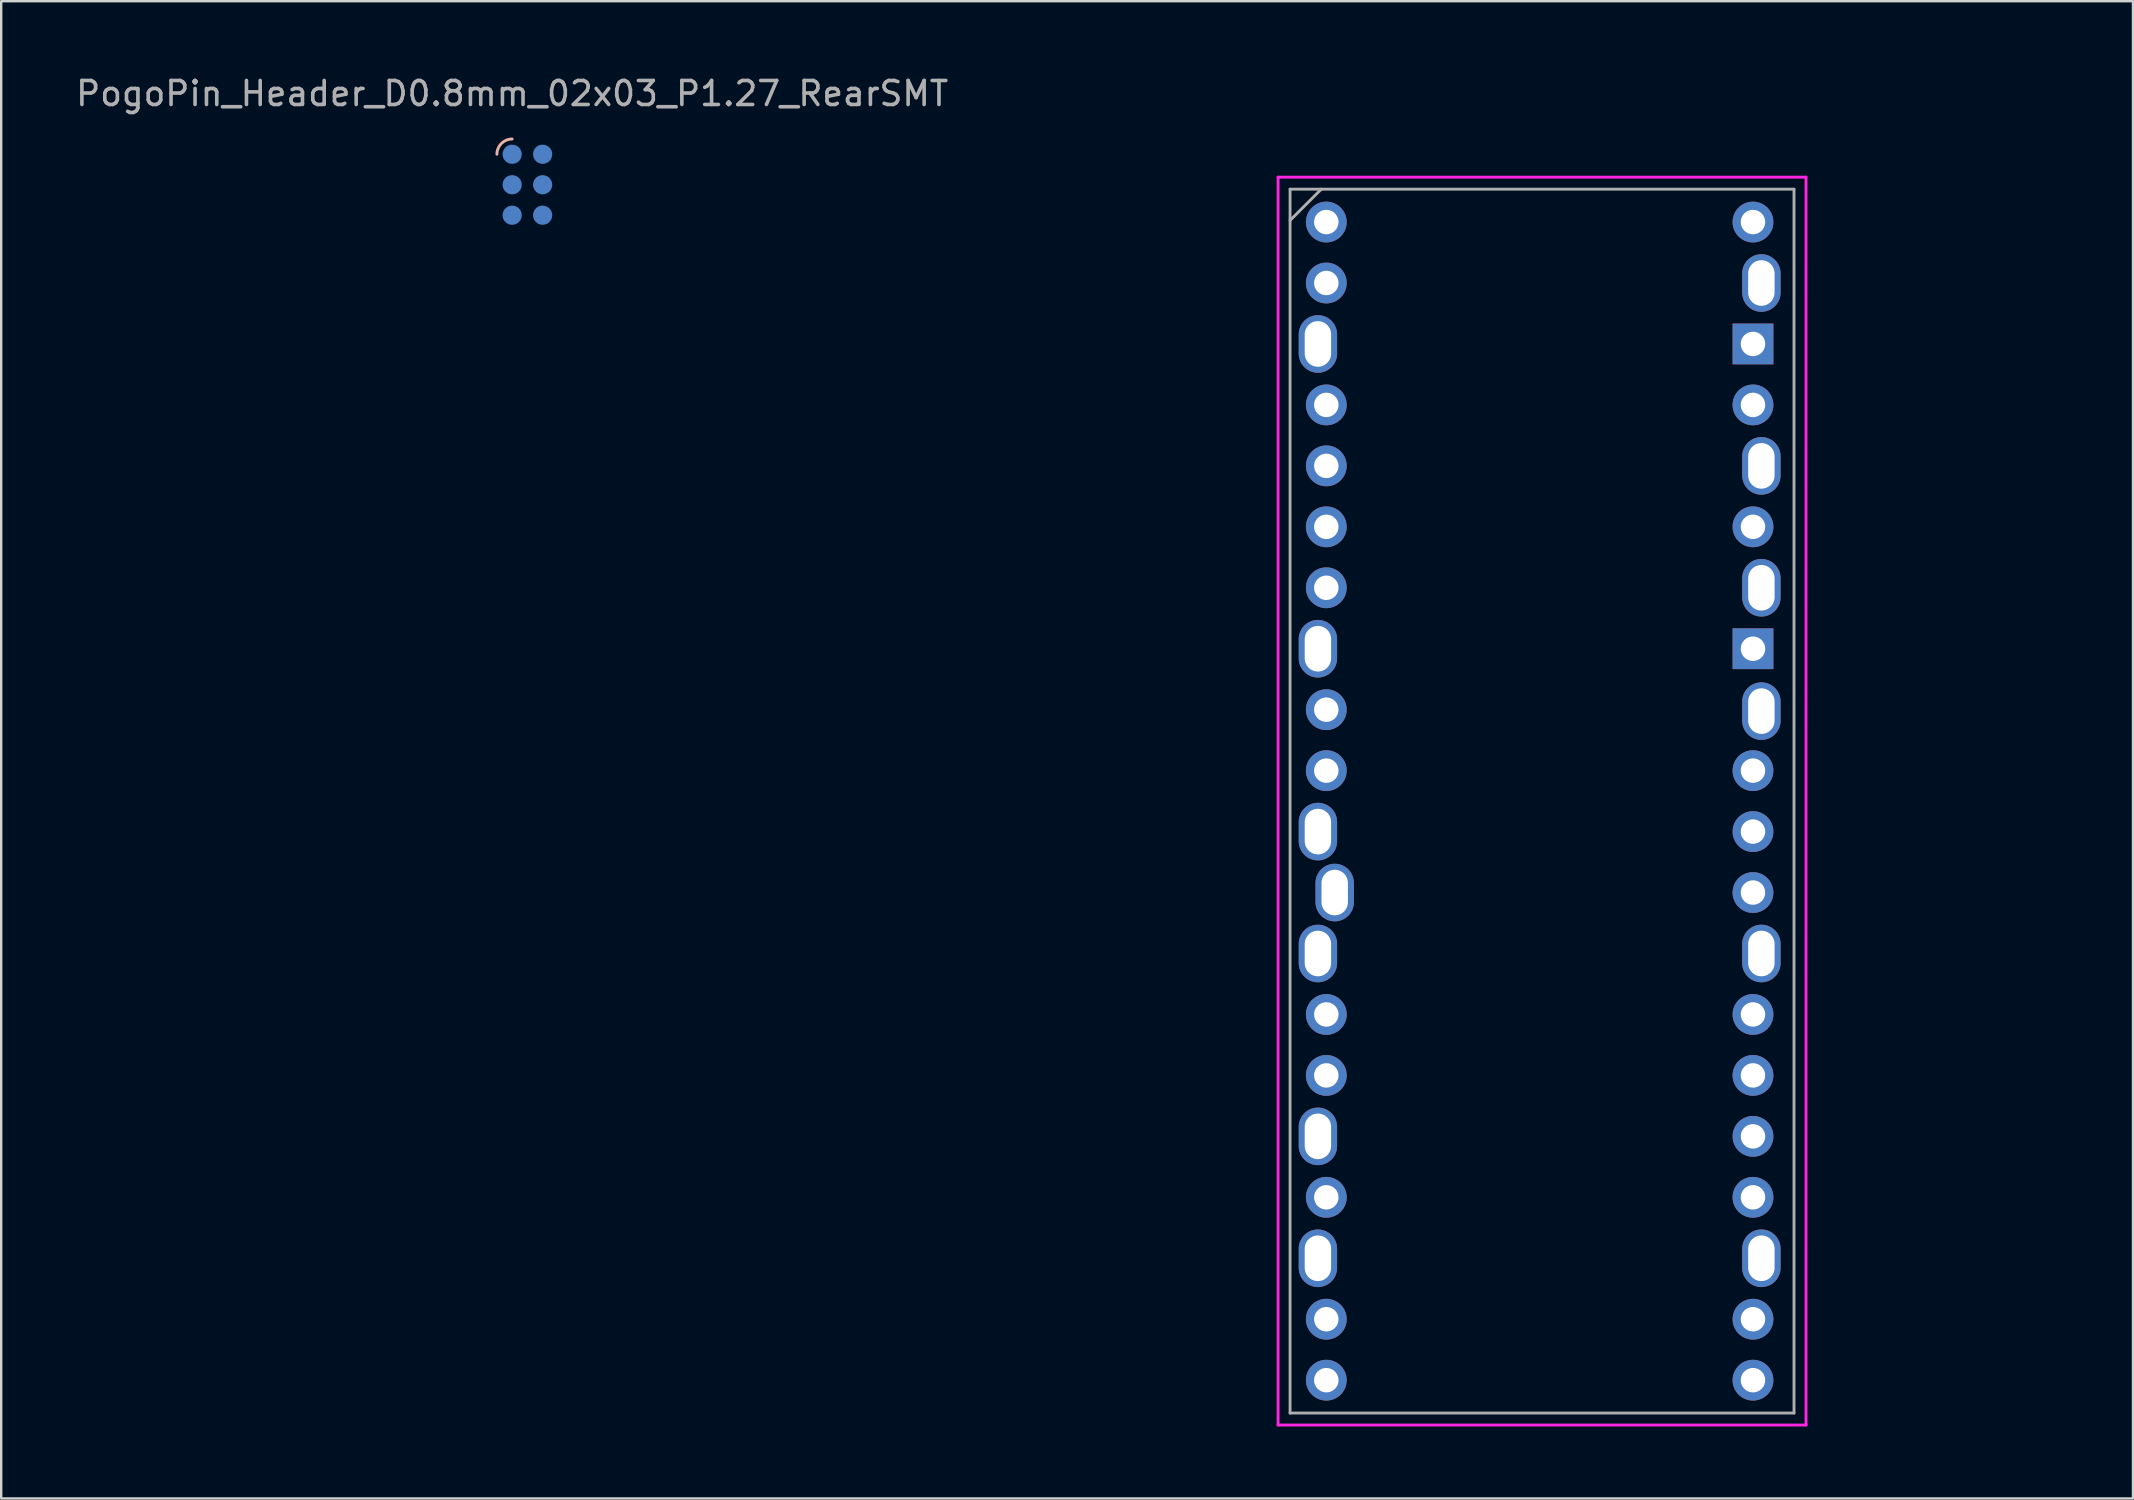
<source format=kicad_pcb>
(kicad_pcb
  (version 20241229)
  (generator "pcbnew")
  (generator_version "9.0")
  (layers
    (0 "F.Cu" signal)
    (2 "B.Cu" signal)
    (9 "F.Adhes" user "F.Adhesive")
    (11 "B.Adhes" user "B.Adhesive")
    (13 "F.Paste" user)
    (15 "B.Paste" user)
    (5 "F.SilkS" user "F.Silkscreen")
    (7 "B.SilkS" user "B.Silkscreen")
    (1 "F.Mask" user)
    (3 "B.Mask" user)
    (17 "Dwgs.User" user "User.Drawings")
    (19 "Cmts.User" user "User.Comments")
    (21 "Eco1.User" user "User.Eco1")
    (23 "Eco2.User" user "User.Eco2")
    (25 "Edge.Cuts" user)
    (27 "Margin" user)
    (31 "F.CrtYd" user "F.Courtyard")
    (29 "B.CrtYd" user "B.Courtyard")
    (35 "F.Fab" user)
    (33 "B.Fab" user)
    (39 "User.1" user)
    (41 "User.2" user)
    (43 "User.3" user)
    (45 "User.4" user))
  (footprint "PogoPin_Header_D0.8mm_02x03_P1.27_RearSMT"
    (layer "F.Cu")
    (at 18.292 4.648)
    (property "Reference" "PogoPin_Header_D0.8mm_02x03_P1.27_RearSMT" (at 0 -3.8 0) (unlocked yes) (layer "F.Fab") (effects (font (size 1 1) (thickness 0.15))))
    (attr smd)
    (fp_arc (start -0.635 -1.27) (mid -0.449013 -1.719013) (end 0 -1.905) (stroke (width 0.12) (type default)) (layer "B.SilkS"))
    (pad "1" smd circle (at 0 -1.27) (size 0.8 0.8) (layers "B.Cu" "B.Mask"))
    (pad "2" smd circle (at 1.27 -1.27) (size 0.8 0.8) (layers "B.Cu" "B.Mask"))
    (pad "3" smd circle (at 0 0) (size 0.8 0.8) (layers "B.Cu" "B.Mask"))
    (pad "4" smd circle (at 1.27 0) (size 0.8 0.8) (layers "B.Cu" "B.Mask"))
    (pad "5" smd circle (at 0 1.27) (size 0.8 0.8) (layers "B.Cu" "B.Mask"))
    (pad "6" smd circle (at 1.27 1.27) (size 0.8 0.8) (layers "B.Cu" "B.Mask")))
  (footprint "Raspberry-Pi-Pico_No_Solder_Makerverse_Plant_io_SHIM"
    (layer "F.Cu")
    (at 61.208 30.333)
    (property "Reference" "Raspberry-Pi-Pico_No_Solder_Makerverse_Plant_io_SHIM" (at 0 0 0) (unlocked yes) (layer "Eco1.User") (effects (font (size 1 1) (thickness 0.15))))
    (attr through_hole)
    (fp_rect (start 3.5 -25.5) (end -3.5 -22.5) (stroke (width 0.12) (type solid)) (fill no) (layer "Eco1.User"))
    (fp_line (start -11 -26) (end 11 -26) (stroke (width 0.12) (type solid)) (layer "F.CrtYd"))
    (fp_line (start -11 26) (end -11 -26) (stroke (width 0.12) (type solid)) (layer "F.CrtYd"))
    (fp_line (start 11 -26) (end 11 26) (stroke (width 0.12) (type solid)) (layer "F.CrtYd"))
    (fp_line (start 11 26) (end -11 26) (stroke (width 0.12) (type solid)) (layer "F.CrtYd"))
    (fp_line (start -10.5 -25.5) (end 10.5 -25.5) (stroke (width 0.12) (type solid)) (layer "F.Fab"))
    (fp_line (start -10.5 -24.2) (end -9.2 -25.5) (stroke (width 0.12) (type solid)) (layer "F.Fab"))
    (fp_line (start -10.5 25.5) (end -10.5 -25.5) (stroke (width 0.12) (type solid)) (layer "F.Fab"))
    (fp_line (start 10.5 -25.5) (end 10.5 25.5) (stroke (width 0.12) (type solid)) (layer "F.Fab"))
    (fp_line (start 10.5 25.5) (end -10.5 25.5) (stroke (width 0.12) (type solid)) (layer "F.Fab"))
    (fp_text user "Deflection=0.35mm,Oval" (at -0.005 -29.485 0) (unlocked yes) (layer "Eco1.User") (effects (font (size 1 1) (thickness 0.15))))
    (fp_text user "GND" (at 5.89 -18.98 45) (layer "Eco1.User") (effects (font (size 0.8 0.8) (thickness 0.15))))
    (fp_text user "GP20" (at 6.144 11.5 45) (layer "Eco1.User") (effects (font (size 0.8 0.8) (thickness 0.15))))
    (fp_text user "GP12" (at -5.79 13.934 45) (layer "Eco1.User") (effects (font (size 0.8 0.8) (thickness 0.15))))
    (fp_text user "GND" (at -5.39 6.314 45) (layer "Eco1.User") (effects (font (size 0.8 0.8) (thickness 0.15))))
    (fp_text user "GP15" (at -5.644 24.093 45) (layer "Eco1.User") (effects (font (size 0.8 0.8) (thickness 0.15))))
    (fp_text user "GP13" (at -5.644 16.474 45) (layer "Eco1.User") (effects (font (size 0.8 0.8) (thickness 0.15))))
    (fp_text user "GP14" (at -5.69 21.553 45) (layer "Eco1.User") (effects (font (size 0.8 0.8) (thickness 0.15))))
    (fp_text user "GP28" (at 6.144 -9.074 45) (layer "Eco1.User") (effects (font (size 0.8 0.8) (thickness 0.15))))
    (fp_text user "3V3" (at 5.99 -13.83 45) (layer "Eco1.User") (effects (font (size 0.8 0.8) (thickness 0.15))))
    (fp_text user "GP0" (at -5.39 -24.166 45) (layer "Eco1.User") (effects (font (size 0.8 0.8) (thickness 0.15))))
    (fp_text user "USB" (at 0 -21.6 0) (unlocked yes) (layer "Eco1.User") (effects (font (size 1 1) (thickness 0.15))))
    (fp_text user "GP11" (at -5.79 11.393 45) (layer "Eco1.User") (effects (font (size 0.8 0.8) (thickness 0.15))))
    (fp_text user "GND" (at -5.39 19.014 45) (layer "Eco1.User") (effects (font (size 0.8 0.8) (thickness 0.15))))
    (fp_text user "GND" (at 5.89 6.42 45) (layer "Eco1.User") (effects (font (size 0.8 0.8) (thickness 0.15))))
    (fp_text user "VSYS" (at 6.29 -21.52 45) (layer "Eco1.User") (effects (font (size 0.8 0.8) (thickness 0.15))))
    (fp_text user "GND" (at 5.89 19.12 45) (layer "Eco1.User") (effects (font (size 0.8 0.8) (thickness 0.15))))
    (fp_text user "GP10" (at -5.644 8.854 45) (layer "Eco1.User") (effects (font (size 0.8 0.8) (thickness 0.15))))
    (fp_text user "GP27" (at 6.144 -3.73 45) (layer "Eco1.User") (effects (font (size 0.8 0.8) (thickness 0.15))))
    (fp_text user "GP21" (at 6.144 8.97 45) (layer "Eco1.User") (effects (font (size 0.8 0.8) (thickness 0.15))))
    (fp_text user "GP1" (at -5.49 -21.637 45) (layer "Eco1.User") (effects (font (size 0.8 0.8) (thickness 0.15))))
    (fp_text user "GP4" (at -5.39 -11.466 45) (layer "Eco1.User") (effects (font (size 0.8 0.8) (thickness 0.15))))
    (fp_text user "GND" (at -5.39 -19.087 45) (layer "Eco1.User") (effects (font (size 0.8 0.8) (thickness 0.15))))
    (fp_text user "3V3_EN" (at 5.89 -16.13 45) (layer "Eco1.User") (effects (font (size 0.8 0.8) (thickness 0.15))))
    (fp_text user "GP2" (at -5.49 -16.547 45) (layer "Eco1.User") (effects (font (size 0.8 0.8) (thickness 0.15))))
    (fp_text user "GP19" (at 6.144 14.04 45) (layer "Eco1.User") (effects (font (size 0.8 0.8) (thickness 0.15))))
    (fp_text user "ADC_VREF" (at 7.09 -12.43 45) (layer "Eco1.User") (effects (font (size 0.8 0.8) (thickness 0.15))))
    (fp_text user "GP18" (at 6.144 16.58 45) (layer "Eco1.User") (effects (font (size 0.8 0.8) (thickness 0.15))))
    (fp_text user "AGND" (at 6.144 -6.28 45) (layer "Eco1.User") (effects (font (size 0.8 0.8) (thickness 0.15))))
    (fp_text user "GP5" (at -5.39 -8.927 45) (layer "Eco1.User") (effects (font (size 0.8 0.8) (thickness 0.15))))
    (fp_text user "RUN" (at 6.09 1.34 45) (layer "Eco1.User") (effects (font (size 0.8 0.8) (thickness 0.15))))
    (fp_text user "GP16" (at 6.144 24.2 45) (layer "Eco1.User") (effects (font (size 0.8 0.8) (thickness 0.15))))
    (fp_text user "VBUS" (at 5.89 -24.13 45) (layer "Eco1.User") (effects (font (size 0.8 0.8) (thickness 0.15))))
    (fp_text user "GP9" (at -5.39 3.773 45) (layer "Eco1.User") (effects (font (size 0.8 0.8) (thickness 0.15))))
    (fp_text user "GND" (at -5.39 -6.386 45) (layer "Eco1.User") (effects (font (size 0.8 0.8) (thickness 0.15))))
    (fp_text user "GP22" (at 6.144 3.88 45) (layer "Eco1.User") (effects (font (size 0.8 0.8) (thickness 0.15))))
    (fp_text user "GP6" (at -5.39 -3.846 45) (layer "Eco1.User") (effects (font (size 0.8 0.8) (thickness 0.15))))
    (fp_text user "GP26" (at 6.144 -1.2 45) (layer "Eco1.User") (effects (font (size 0.8 0.8) (thickness 0.15))))
    (fp_text user "GP3" (at -5.39 -14.007 45) (layer "Eco1.User") (effects (font (size 0.8 0.8) (thickness 0.15))))
    (fp_text user "GP8" (at -5.39 1.234 45) (layer "Eco1.User") (effects (font (size 0.8 0.8) (thickness 0.15))))
    (fp_text user "GP7" (at -5.29 -1.337 45) (layer "Eco1.User") (effects (font (size 0.8 0.8) (thickness 0.15))))
    (fp_text user "GP17" (at 6.144 21.66 45) (layer "Eco1.User") (effects (font (size 0.8 0.8) (thickness 0.15))))
    (pad "1" thru_hole oval (at -8.99 -24.13) (size 1.7 1.7) (drill 1.02) (layers "*.Cu" "*.Mask"))
    (pad "2" thru_hole oval (at -8.99 -21.59) (size 1.7 1.7) (drill 1.02) (layers "*.Cu" "*.Mask"))
    (pad "3" thru_hole oval (at -9.34 -19.05) (size 1.6 2.4) (drill oval 1.1 1.9) (layers "*.Cu" "*.Mask"))
    (pad "4" thru_hole oval (at -8.99 -16.51) (size 1.7 1.7) (drill 1.02) (layers "*.Cu" "*.Mask"))
    (pad "5" thru_hole oval (at -8.99 -13.97) (size 1.7 1.7) (drill 1.02) (layers "*.Cu" "*.Mask"))
    (pad "6" thru_hole oval (at -8.99 -11.43) (size 1.7 1.7) (drill 1.02) (layers "*.Cu" "*.Mask"))
    (pad "7" thru_hole oval (at -8.99 -8.89) (size 1.7 1.7) (drill 1.02) (layers "*.Cu" "*.Mask"))
    (pad "8" thru_hole oval (at -9.34 -6.35) (size 1.6 2.4) (drill oval 1.1 1.9) (layers "*.Cu" "*.Mask"))
    (pad "9" thru_hole oval (at -8.99 -3.81) (size 1.7 1.7) (drill 1.02) (layers "*.Cu" "*.Mask"))
    (pad "10" thru_hole oval (at -8.99 -1.27) (size 1.7 1.7) (drill 1.02) (layers "*.Cu" "*.Mask"))
    (pad "11" thru_hole oval (at -9.34 1.27) (size 1.6 2.4) (drill oval 1.1 1.9) (layers "*.Cu" "*.Mask"))
    (pad "12" thru_hole oval (at -8.64 3.81) (size 1.6 2.4) (drill oval 1.1 1.9) (layers "*.Cu" "*.Mask"))
    (pad "13" thru_hole oval (at -9.34 6.35) (size 1.6 2.4) (drill oval 1.1 1.9) (layers "*.Cu" "*.Mask"))
    (pad "14" thru_hole oval (at -8.99 8.89) (size 1.7 1.7) (drill 1.02) (layers "*.Cu" "*.Mask"))
    (pad "15" thru_hole oval (at -8.99 11.43) (size 1.7 1.7) (drill 1.02) (layers "*.Cu" "*.Mask"))
    (pad "16" thru_hole oval (at -9.34 13.97) (size 1.6 2.4) (drill oval 1.1 1.9) (layers "*.Cu" "*.Mask"))
    (pad "17" thru_hole oval (at -8.99 16.51) (size 1.7 1.7) (drill 1.02) (layers "*.Cu" "*.Mask"))
    (pad "18" thru_hole oval (at -9.34 19.05) (size 1.6 2.4) (drill oval 1.1 1.9) (layers "*.Cu" "*.Mask"))
    (pad "19" thru_hole oval (at -8.99 21.59) (size 1.7 1.7) (drill 1.02) (layers "*.Cu" "*.Mask"))
    (pad "20" thru_hole oval (at -8.99 24.13) (size 1.7 1.7) (drill 1.02) (layers "*.Cu" "*.Mask"))
    (pad "21" thru_hole oval (at 8.79 24.13) (size 1.7 1.7) (drill 1.02) (layers "*.Cu" "*.Mask"))
    (pad "22" thru_hole oval (at 8.79 21.59) (size 1.7 1.7) (drill 1.02) (layers "*.Cu" "*.Mask"))
    (pad "23" thru_hole oval (at 9.14 19.05) (size 1.6 2.4) (drill oval 1.1 1.9) (layers "*.Cu" "*.Mask"))
    (pad "24" thru_hole oval (at 8.79 16.51) (size 1.7 1.7) (drill 1.02) (layers "*.Cu" "*.Mask"))
    (pad "25" thru_hole oval (at 8.79 13.97) (size 1.7 1.7) (drill 1.02) (layers "*.Cu" "*.Mask"))
    (pad "26" thru_hole oval (at 8.79 11.43) (size 1.7 1.7) (drill 1.02) (layers "*.Cu" "*.Mask"))
    (pad "27" thru_hole oval (at 8.79 8.89) (size 1.7 1.7) (drill 1.02) (layers "*.Cu" "*.Mask"))
    (pad "28" thru_hole oval (at 9.14 6.35) (size 1.6 2.4) (drill oval 1.1 1.9) (layers "*.Cu" "*.Mask"))
    (pad "29" thru_hole oval (at 8.79 3.81) (size 1.7 1.7) (drill 1.02) (layers "*.Cu" "*.Mask"))
    (pad "30" thru_hole oval (at 8.79 1.27) (size 1.7 1.7) (drill 1.02) (layers "*.Cu" "*.Mask"))
    (pad "31" thru_hole oval (at 8.79 -1.27) (size 1.7 1.7) (drill 1.02) (layers "*.Cu" "*.Mask"))
    (pad "32" thru_hole oval (at 9.14 -3.75) (size 1.6 2.4) (drill oval 1.1 1.9) (layers "*.Cu" "*.Mask"))
    (pad "33" thru_hole rect (at 8.79 -6.35) (size 1.7 1.7) (drill 1.02) (layers "*.Cu" "*.Mask"))
    (pad "34" thru_hole oval (at 9.14 -8.89) (size 1.6 2.4) (drill oval 1.1 1.9) (layers "*.Cu" "*.Mask"))
    (pad "35" thru_hole oval (at 8.79 -11.43) (size 1.7 1.7) (drill 1.02) (layers "*.Cu" "*.Mask"))
    (pad "36" thru_hole oval (at 9.14 -13.97) (size 1.6 2.4) (drill oval 1.1 1.9) (layers "*.Cu" "*.Mask"))
    (pad "37" thru_hole oval (at 8.79 -16.51) (size 1.7 1.7) (drill 1.02) (layers "*.Cu" "*.Mask"))
    (pad "38" thru_hole rect (at 8.79 -19.05) (size 1.7 1.7) (drill 1.02) (layers "*.Cu" "*.Mask"))
    (pad "39" thru_hole oval (at 9.14 -21.59) (size 1.6 2.4) (drill oval 1.1 1.9) (layers "*.Cu" "*.Mask"))
    (pad "40" thru_hole oval (at 8.79 -24.13) (size 1.7 1.7) (drill 1.02) (layers "*.Cu" "*.Mask")))
  (gr_rect
    (start -3 -3)
    (end 85.833 59.393)
    (stroke (width 0.1) (type default))
    (fill no)
    (layer "Edge.Cuts")))
</source>
